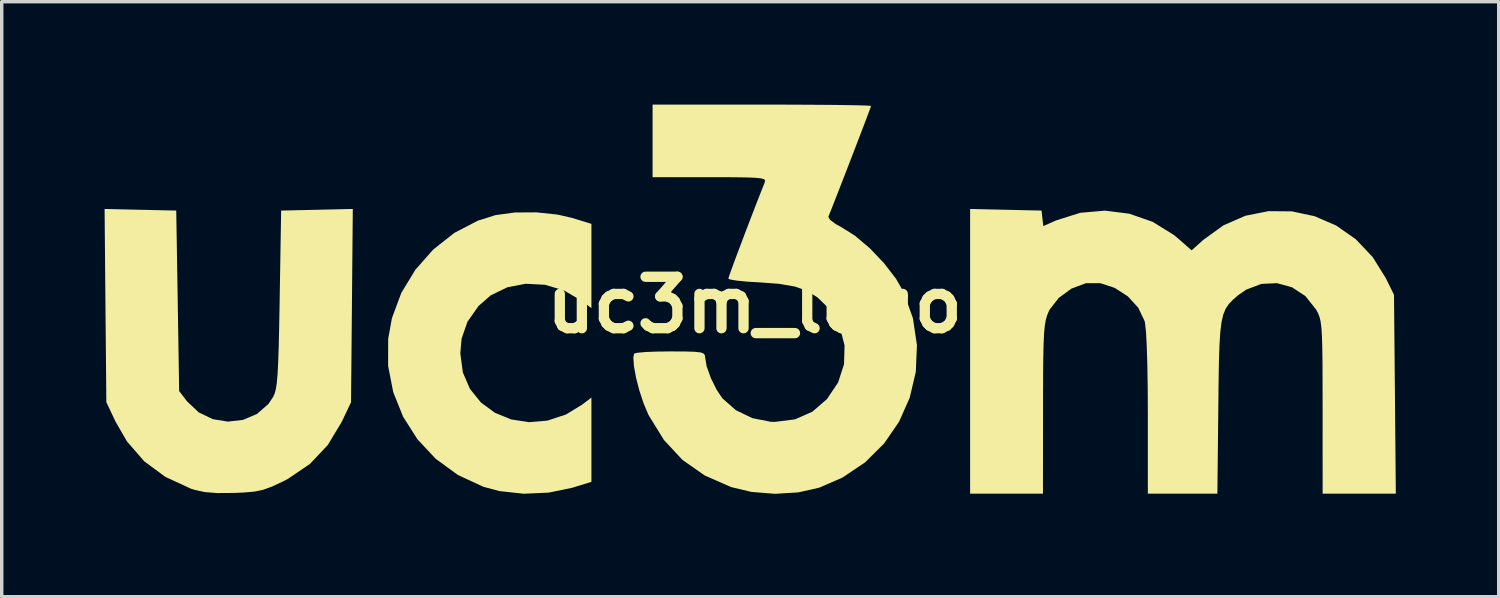
<source format=kicad_pcb>
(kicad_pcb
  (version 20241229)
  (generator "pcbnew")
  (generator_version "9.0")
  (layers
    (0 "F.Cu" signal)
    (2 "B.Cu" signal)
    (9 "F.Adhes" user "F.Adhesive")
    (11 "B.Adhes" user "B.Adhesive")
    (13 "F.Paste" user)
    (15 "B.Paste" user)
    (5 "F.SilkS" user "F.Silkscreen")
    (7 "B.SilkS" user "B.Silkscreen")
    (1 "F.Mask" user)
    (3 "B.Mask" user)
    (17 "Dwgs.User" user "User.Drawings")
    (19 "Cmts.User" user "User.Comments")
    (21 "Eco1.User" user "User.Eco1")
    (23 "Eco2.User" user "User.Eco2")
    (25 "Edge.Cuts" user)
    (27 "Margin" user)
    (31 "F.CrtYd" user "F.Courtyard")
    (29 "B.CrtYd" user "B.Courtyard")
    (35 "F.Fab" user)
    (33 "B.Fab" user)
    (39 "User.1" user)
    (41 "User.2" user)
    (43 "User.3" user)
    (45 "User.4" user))
  (footprint "uc3m_logo"
    (layer "F.Cu")
    (at 18.952 5.842)
    (property "Reference" "uc3m_logo" (at 0 0 0) (layer "F.SilkS") (effects (font (size 1.5 1.5) (thickness 0.3))))
    (attr board_only exclude_from_pos_files exclude_from_bom)
    (fp_poly (pts (xy -11.74 0.019) (xy -11.766 2.836) (xy -12.036 3.406) (xy -12.443 4.083) (xy -12.965 4.636) (xy -13.607 5.072) (xy -13.745 5.143) (xy -14.066 5.294) (xy -14.326 5.389) (xy -14.588 5.443) (xy -14.916 5.471) (xy -15.196 5.482) (xy -15.67 5.485) (xy -16.03 5.457) (xy -16.328 5.392) (xy -16.439 5.356) (xy -17.18 5.014) (xy -17.798 4.558) (xy -18.299 3.981) (xy -18.633 3.402) (xy -18.901 2.836) (xy -18.927 0.019) (xy -18.952 -2.799) (xy -17.907 -2.775) (xy -16.863 -2.752) (xy -16.82 -0.12) (xy -16.778 2.511) (xy -16.549 2.81) (xy -16.207 3.133) (xy -15.798 3.33) (xy -15.356 3.402) (xy -14.915 3.351) (xy -14.51 3.179) (xy -14.175 2.887) (xy -14.037 2.681) (xy -13.994 2.586) (xy -13.959 2.457) (xy -13.931 2.277) (xy -13.909 2.026) (xy -13.891 1.684) (xy -13.875 1.233) (xy -13.862 0.654) (xy -13.848 -0.073) (xy -13.847 -0.169) (xy -13.804 -2.752) (xy -12.759 -2.775) (xy -11.715 -2.799)) (stroke (width 0) (type solid)) (fill yes) (layer "F.SilkS"))
    (fp_poly (pts (xy -5.744 -2.635) (xy -5.318 -2.537) (xy -4.757 -2.364) (xy -4.757 -1.135) (xy -4.757 0.093) (xy -5.038 -0.12) (xy -5.555 -0.422) (xy -6.109 -0.588) (xy -6.671 -0.618) (xy -7.209 -0.515) (xy -7.694 -0.279) (xy -8.049 0.031) (xy -8.372 0.491) (xy -8.542 0.982) (xy -8.58 1.41) (xy -8.506 1.968) (xy -8.298 2.449) (xy -7.979 2.844) (xy -7.571 3.144) (xy -7.097 3.338) (xy -6.579 3.418) (xy -6.04 3.373) (xy -5.501 3.195) (xy -5.038 2.914) (xy -4.757 2.701) (xy -4.757 3.929) (xy -4.757 5.158) (xy -5.318 5.331) (xy -6.001 5.472) (xy -6.728 5.505) (xy -7.436 5.428) (xy -7.909 5.302) (xy -8.65 4.958) (xy -9.294 4.489) (xy -9.83 3.917) (xy -10.247 3.261) (xy -10.536 2.542) (xy -10.685 1.778) (xy -10.683 0.989) (xy -10.574 0.385) (xy -10.3 -0.352) (xy -9.89 -1.027) (xy -9.368 -1.617) (xy -8.754 -2.101) (xy -8.072 -2.456) (xy -7.551 -2.62) (xy -6.992 -2.696) (xy -6.363 -2.7)) (stroke (width 0) (type solid)) (fill yes) (layer "F.SilkS"))
    (fp_poly (pts (xy 7.327 -2.775) (xy 8.368 -2.752) (xy 8.394 -2.526) (xy 8.42 -2.3) (xy 8.799 -2.467) (xy 9.498 -2.687) (xy 10.218 -2.75) (xy 10.931 -2.66) (xy 11.609 -2.423) (xy 12.225 -2.042) (xy 12.359 -1.931) (xy 12.745 -1.592) (xy 13.081 -1.894) (xy 13.673 -2.322) (xy 14.315 -2.601) (xy 14.986 -2.735) (xy 15.665 -2.729) (xy 16.33 -2.588) (xy 16.959 -2.316) (xy 17.531 -1.917) (xy 18.025 -1.395) (xy 18.409 -0.778) (xy 18.646 -0.296) (xy 18.673 2.603) (xy 18.699 5.503) (xy 17.632 5.503) (xy 16.565 5.503) (xy 16.564 2.985) (xy 16.563 2.264) (xy 16.561 1.693) (xy 16.555 1.25) (xy 16.545 0.915) (xy 16.53 0.668) (xy 16.507 0.488) (xy 16.476 0.356) (xy 16.435 0.249) (xy 16.382 0.149) (xy 16.371 0.13) (xy 16.064 -0.257) (xy 15.674 -0.514) (xy 15.234 -0.635) (xy 14.777 -0.614) (xy 14.333 -0.445) (xy 14.102 -0.284) (xy 13.953 -0.155) (xy 13.833 -0.031) (xy 13.739 0.106) (xy 13.668 0.278) (xy 13.616 0.503) (xy 13.58 0.801) (xy 13.556 1.193) (xy 13.54 1.698) (xy 13.53 2.336) (xy 13.523 2.985) (xy 13.496 5.503) (xy 12.482 5.503) (xy 11.468 5.503) (xy 11.468 3.154) (xy 11.464 2.391) (xy 11.453 1.731) (xy 11.436 1.19) (xy 11.414 0.783) (xy 11.385 0.524) (xy 11.373 0.468) (xy 11.187 0.079) (xy 10.883 -0.252) (xy 10.501 -0.498) (xy 10.082 -0.635) (xy 9.668 -0.635) (xy 9.656 -0.632) (xy 9.24 -0.476) (xy 8.872 -0.207) (xy 8.607 0.132) (xy 8.575 0.196) (xy 8.528 0.312) (xy 8.491 0.443) (xy 8.463 0.611) (xy 8.442 0.835) (xy 8.428 1.138) (xy 8.419 1.539) (xy 8.414 2.059) (xy 8.412 2.72) (xy 8.412 3.027) (xy 8.41 5.503) (xy 7.348 5.503) (xy 6.286 5.503) (xy 6.286 1.352) (xy 6.286 -2.799)) (stroke (width 0) (type solid)) (fill yes) (layer "F.SilkS"))
    (fp_poly (pts (xy 0.929 -5.841) (xy 1.59 -5.838) (xy 2.175 -5.834) (xy 2.667 -5.828) (xy 3.047 -5.821) (xy 3.297 -5.813) (xy 3.397 -5.804) (xy 3.398 -5.803) (xy 3.369 -5.72) (xy 3.29 -5.508) (xy 3.171 -5.195) (xy 3.023 -4.809) (xy 2.858 -4.38) (xy 2.686 -3.934) (xy 2.518 -3.502) (xy 2.366 -3.112) (xy 2.24 -2.791) (xy 2.152 -2.57) (xy 2.199 -2.483) (xy 2.363 -2.361) (xy 2.522 -2.274) (xy 2.93 -2.018) (xy 3.362 -1.652) (xy 3.774 -1.219) (xy 4.123 -0.767) (xy 4.341 -0.389) (xy 4.618 0.387) (xy 4.735 1.173) (xy 4.702 1.95) (xy 4.526 2.7) (xy 4.216 3.402) (xy 3.779 4.038) (xy 3.225 4.589) (xy 2.561 5.035) (xy 1.883 5.329) (xy 1.274 5.466) (xy 0.593 5.507) (xy -0.09 5.452) (xy -0.682 5.311) (xy -1.452 4.973) (xy -2.101 4.519) (xy -2.64 3.941) (xy -3.081 3.227) (xy -3.104 3.181) (xy -3.239 2.86) (xy -3.36 2.491) (xy -3.456 2.117) (xy -3.517 1.783) (xy -3.534 1.53) (xy -3.511 1.418) (xy -3.416 1.394) (xy -3.186 1.373) (xy -2.855 1.36) (xy -2.459 1.355) (xy -2.028 1.357) (xy -1.739 1.366) (xy -1.565 1.386) (xy -1.476 1.422) (xy -1.446 1.478) (xy -1.444 1.509) (xy -1.396 1.792) (xy -1.271 2.14) (xy -1.098 2.485) (xy -0.935 2.725) (xy -0.548 3.067) (xy -0.064 3.301) (xy 0.471 3.407) (xy 0.595 3.41) (xy 1.182 3.335) (xy 1.688 3.112) (xy 2.11 2.747) (xy 2.437 2.259) (xy 2.609 1.728) (xy 2.625 1.182) (xy 2.487 0.646) (xy 2.193 0.146) (xy 2.11 0.047) (xy 1.837 -0.218) (xy 1.538 -0.409) (xy 1.175 -0.537) (xy 0.714 -0.616) (xy 0.149 -0.658) (xy -0.222 -0.68) (xy -0.521 -0.71) (xy -0.712 -0.742) (xy -0.765 -0.767) (xy -0.736 -0.859) (xy -0.657 -1.08) (xy -0.539 -1.4) (xy -0.393 -1.788) (xy -0.231 -2.216) (xy -0.063 -2.653) (xy 0.098 -3.07) (xy 0.243 -3.437) (xy 0.298 -3.577) (xy 0.309 -3.628) (xy 0.278 -3.666) (xy 0.186 -3.692) (xy 0.012 -3.709) (xy -0.267 -3.719) (xy -0.67 -3.724) (xy -1.219 -3.725) (xy -1.308 -3.725) (xy -2.973 -3.725) (xy -2.973 -4.784) (xy -2.973 -5.842) (xy 0.212 -5.842)) (stroke (width 0) (type solid)) (fill yes) (layer "F.SilkS")))
  (gr_rect
    (start -3 -3)
    (end 40.651 14.349)
    (stroke (width 0.1) (type default))
    (fill no)
    (layer "Edge.Cuts")))
</source>
